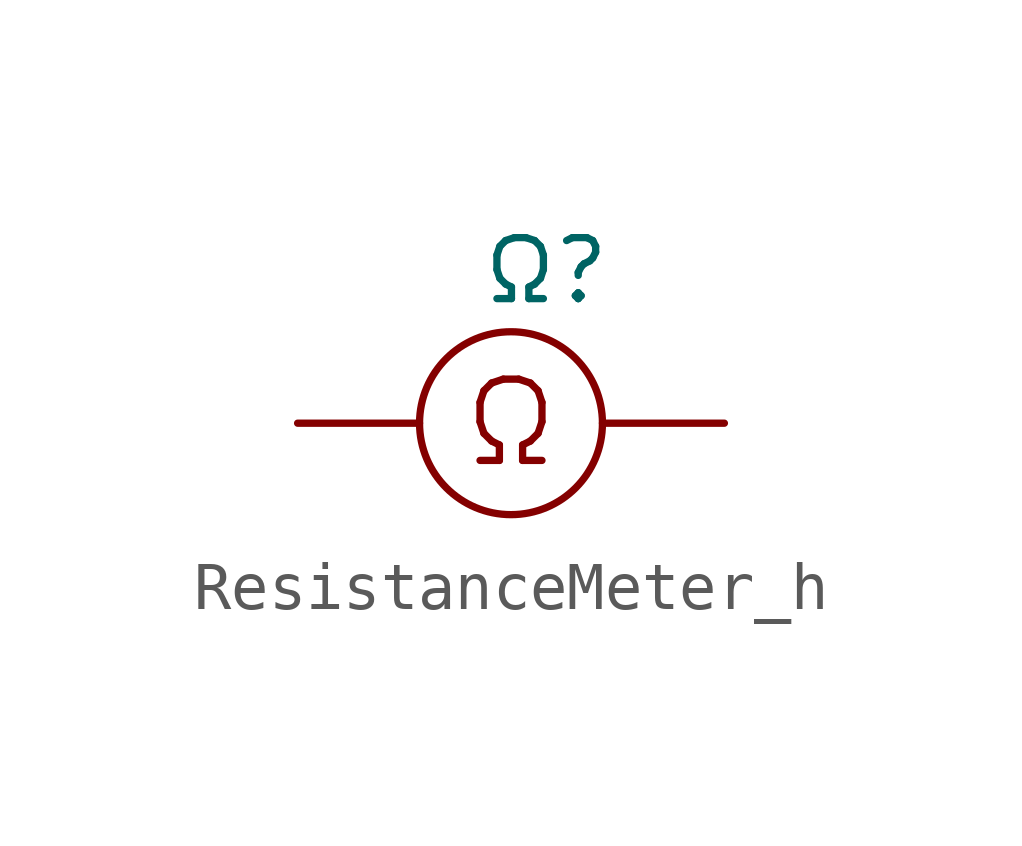
<source format=kicad_sym>
(kicad_symbol_lib
  (version 20220914)
  (generator kicad_symbol_editor)
  (symbol "ResistanceMeter_h"
    (pin_numbers hide)
    (pin_names
      (offset 0) hide)
    (property "Reference" "Ω"
      (at -0.635 0.635 0)
      (effects (font (size 1.27 1.27)) (justify left)))
    (symbol "ResistanceMeter_h_0_0"
      (circle (center 0 -2.54) (radius 1.905) (stroke (width 0.152) (type default)) (fill (type none)))
      (text "Ω" (at 0 -2.54 0) (effects (font (size 1.693 1.693)))))
    (symbol "ResistanceMeter_h_1_1"
      (pin unspecified line (at -4.445 -2.54 0) (length 2.54) (name "" (effects (font (size 1.27 1.27)))) (number "" (effects (font (size 1.27 1.27)))))
      (pin unspecified line (at 4.445 -2.54 180) (length 2.54) (name "" (effects (font (size 1.27 1.27)))) (number "" (effects (font (size 1.27 1.27))))))))
</source>
